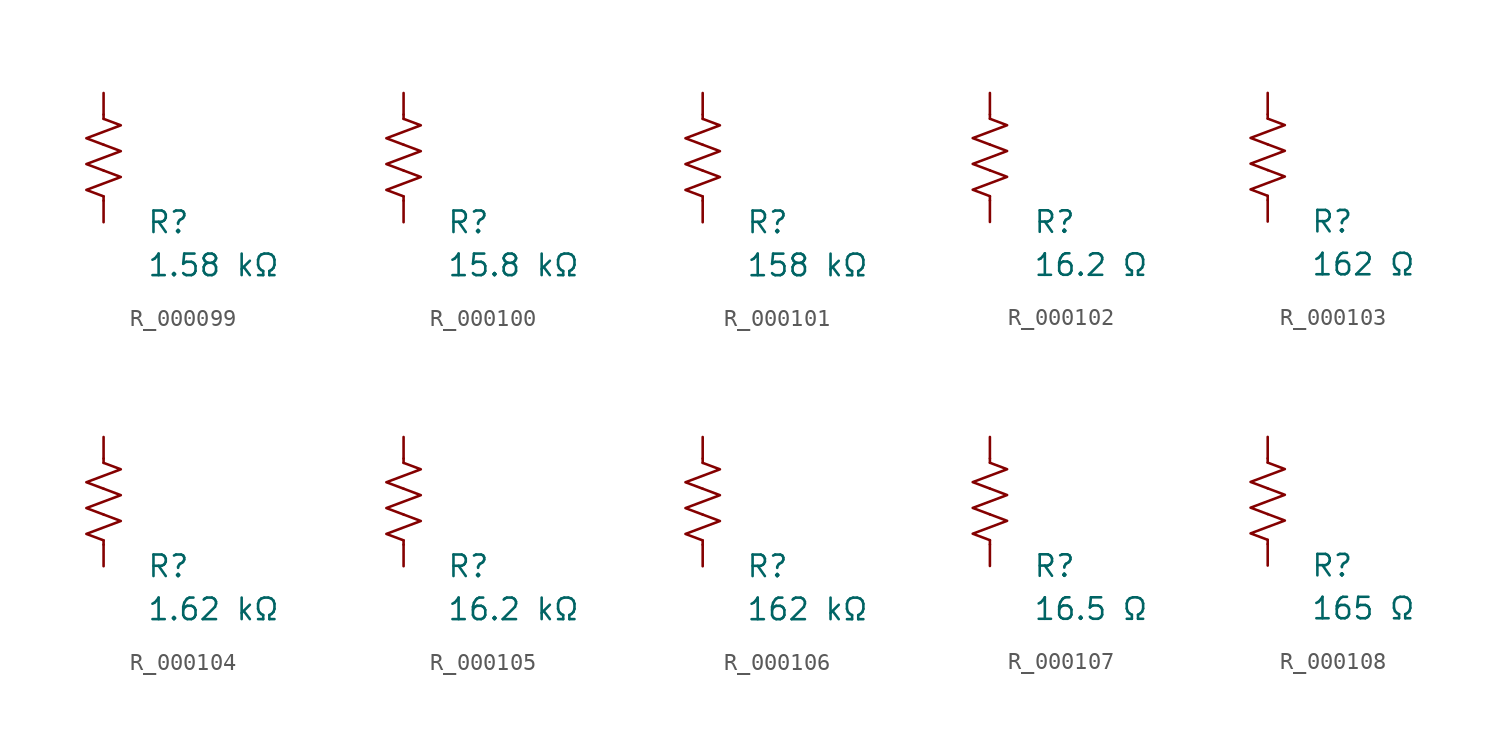
<source format=kicad_sym>
(kicad_symbol_lib
  (version 20231120)
  (generator "kicad_symbol_editor")
  (generator_version "8.0")
  (symbol "R_000099"
    (pin_numbers hide)
    (pin_names
      (offset 0))
    (property "Reference" "R"
      (at 2.54 -3.81 0)
      (effects (font (size 1.27 1.27)) (justify left))
      (show_name no))
    (property "Value" "1.58 kΩ"
      (at 2.54 -6.35 0)
      (effects (font (size 1.27 1.27)) (justify left))
      (show_name no))
    (symbol "R_000099_0_1"
      (polyline (pts (xy 0 -2.286) (xy 0 -2.54)) (stroke (width 0) (type default)) (fill (type none)))
      (polyline (pts (xy 0 2.286) (xy 0 2.54)) (stroke (width 0) (type default)) (fill (type none)))
      (polyline (pts (xy 0 -0.762) (xy 1.016 -1.143) (xy 0 -1.524) (xy -1.016 -1.905) (xy 0 -2.286)) (stroke (width 0) (type default)) (fill (type none)))
      (polyline (pts (xy 0 0.762) (xy 1.016 0.381) (xy 0 0) (xy -1.016 -0.381) (xy 0 -0.762)) (stroke (width 0) (type default)) (fill (type none)))
      (polyline (pts (xy 0 2.286) (xy 1.016 1.905) (xy 0 1.524) (xy -1.016 1.143) (xy 0 0.762)) (stroke (width 0) (type default)) (fill (type none))))
    (symbol "R_000099_1_1"
      (pin passive line (at 0 3.81 270) (length 1.27) (name "~" (effects (font (size 1.27 1.27)))) (number "1" (effects (font (size 1.27 1.27)))))
      (pin passive line (at 0 -3.81 90) (length 1.27) (name "~" (effects (font (size 1.27 1.27)))) (number "2" (effects (font (size 1.27 1.27)))))))
  (symbol "R_000100"
    (pin_numbers hide)
    (pin_names
      (offset 0))
    (property "Reference" "R"
      (at 2.54 -3.81 0)
      (effects (font (size 1.27 1.27)) (justify left))
      (show_name no))
    (property "Value" "15.8 kΩ"
      (at 2.54 -6.35 0)
      (effects (font (size 1.27 1.27)) (justify left))
      (show_name no))
    (symbol "R_000100_0_1"
      (polyline (pts (xy 0 -2.286) (xy 0 -2.54)) (stroke (width 0) (type default)) (fill (type none)))
      (polyline (pts (xy 0 2.286) (xy 0 2.54)) (stroke (width 0) (type default)) (fill (type none)))
      (polyline (pts (xy 0 -0.762) (xy 1.016 -1.143) (xy 0 -1.524) (xy -1.016 -1.905) (xy 0 -2.286)) (stroke (width 0) (type default)) (fill (type none)))
      (polyline (pts (xy 0 0.762) (xy 1.016 0.381) (xy 0 0) (xy -1.016 -0.381) (xy 0 -0.762)) (stroke (width 0) (type default)) (fill (type none)))
      (polyline (pts (xy 0 2.286) (xy 1.016 1.905) (xy 0 1.524) (xy -1.016 1.143) (xy 0 0.762)) (stroke (width 0) (type default)) (fill (type none))))
    (symbol "R_000100_1_1"
      (pin passive line (at 0 3.81 270) (length 1.27) (name "~" (effects (font (size 1.27 1.27)))) (number "1" (effects (font (size 1.27 1.27)))))
      (pin passive line (at 0 -3.81 90) (length 1.27) (name "~" (effects (font (size 1.27 1.27)))) (number "2" (effects (font (size 1.27 1.27)))))))
  (symbol "R_000101"
    (pin_numbers hide)
    (pin_names
      (offset 0))
    (property "Reference" "R"
      (at 2.54 -3.81 0)
      (effects (font (size 1.27 1.27)) (justify left))
      (show_name no))
    (property "Value" "158 kΩ"
      (at 2.54 -6.35 0)
      (effects (font (size 1.27 1.27)) (justify left))
      (show_name no))
    (symbol "R_000101_0_1"
      (polyline (pts (xy 0 -2.286) (xy 0 -2.54)) (stroke (width 0) (type default)) (fill (type none)))
      (polyline (pts (xy 0 2.286) (xy 0 2.54)) (stroke (width 0) (type default)) (fill (type none)))
      (polyline (pts (xy 0 -0.762) (xy 1.016 -1.143) (xy 0 -1.524) (xy -1.016 -1.905) (xy 0 -2.286)) (stroke (width 0) (type default)) (fill (type none)))
      (polyline (pts (xy 0 0.762) (xy 1.016 0.381) (xy 0 0) (xy -1.016 -0.381) (xy 0 -0.762)) (stroke (width 0) (type default)) (fill (type none)))
      (polyline (pts (xy 0 2.286) (xy 1.016 1.905) (xy 0 1.524) (xy -1.016 1.143) (xy 0 0.762)) (stroke (width 0) (type default)) (fill (type none))))
    (symbol "R_000101_1_1"
      (pin passive line (at 0 3.81 270) (length 1.27) (name "~" (effects (font (size 1.27 1.27)))) (number "1" (effects (font (size 1.27 1.27)))))
      (pin passive line (at 0 -3.81 90) (length 1.27) (name "~" (effects (font (size 1.27 1.27)))) (number "2" (effects (font (size 1.27 1.27)))))))
  (symbol "R_000102"
    (pin_numbers hide)
    (pin_names
      (offset 0))
    (property "Reference" "R"
      (at 2.54 -3.81 0)
      (effects (font (size 1.27 1.27)) (justify left))
      (show_name no))
    (property "Value" "16.2 Ω"
      (at 2.54 -6.35 0)
      (effects (font (size 1.27 1.27)) (justify left))
      (show_name no))
    (symbol "R_000102_0_1"
      (polyline (pts (xy 0 -2.286) (xy 0 -2.54)) (stroke (width 0) (type default)) (fill (type none)))
      (polyline (pts (xy 0 2.286) (xy 0 2.54)) (stroke (width 0) (type default)) (fill (type none)))
      (polyline (pts (xy 0 -0.762) (xy 1.016 -1.143) (xy 0 -1.524) (xy -1.016 -1.905) (xy 0 -2.286)) (stroke (width 0) (type default)) (fill (type none)))
      (polyline (pts (xy 0 0.762) (xy 1.016 0.381) (xy 0 0) (xy -1.016 -0.381) (xy 0 -0.762)) (stroke (width 0) (type default)) (fill (type none)))
      (polyline (pts (xy 0 2.286) (xy 1.016 1.905) (xy 0 1.524) (xy -1.016 1.143) (xy 0 0.762)) (stroke (width 0) (type default)) (fill (type none))))
    (symbol "R_000102_1_1"
      (pin passive line (at 0 3.81 270) (length 1.27) (name "~" (effects (font (size 1.27 1.27)))) (number "1" (effects (font (size 1.27 1.27)))))
      (pin passive line (at 0 -3.81 90) (length 1.27) (name "~" (effects (font (size 1.27 1.27)))) (number "2" (effects (font (size 1.27 1.27)))))))
  (symbol "R_000103"
    (pin_numbers hide)
    (pin_names
      (offset 0))
    (property "Reference" "R"
      (at 2.54 -3.81 0)
      (effects (font (size 1.27 1.27)) (justify left))
      (show_name no))
    (property "Value" "162 Ω"
      (at 2.54 -6.35 0)
      (effects (font (size 1.27 1.27)) (justify left))
      (show_name no))
    (symbol "R_000103_0_1"
      (polyline (pts (xy 0 -2.286) (xy 0 -2.54)) (stroke (width 0) (type default)) (fill (type none)))
      (polyline (pts (xy 0 2.286) (xy 0 2.54)) (stroke (width 0) (type default)) (fill (type none)))
      (polyline (pts (xy 0 -0.762) (xy 1.016 -1.143) (xy 0 -1.524) (xy -1.016 -1.905) (xy 0 -2.286)) (stroke (width 0) (type default)) (fill (type none)))
      (polyline (pts (xy 0 0.762) (xy 1.016 0.381) (xy 0 0) (xy -1.016 -0.381) (xy 0 -0.762)) (stroke (width 0) (type default)) (fill (type none)))
      (polyline (pts (xy 0 2.286) (xy 1.016 1.905) (xy 0 1.524) (xy -1.016 1.143) (xy 0 0.762)) (stroke (width 0) (type default)) (fill (type none))))
    (symbol "R_000103_1_1"
      (pin passive line (at 0 3.81 270) (length 1.27) (name "~" (effects (font (size 1.27 1.27)))) (number "1" (effects (font (size 1.27 1.27)))))
      (pin passive line (at 0 -3.81 90) (length 1.27) (name "~" (effects (font (size 1.27 1.27)))) (number "2" (effects (font (size 1.27 1.27)))))))
  (symbol "R_000104"
    (pin_numbers hide)
    (pin_names
      (offset 0))
    (property "Reference" "R"
      (at 2.54 -3.81 0)
      (effects (font (size 1.27 1.27)) (justify left))
      (show_name no))
    (property "Value" "1.62 kΩ"
      (at 2.54 -6.35 0)
      (effects (font (size 1.27 1.27)) (justify left))
      (show_name no))
    (symbol "R_000104_0_1"
      (polyline (pts (xy 0 -2.286) (xy 0 -2.54)) (stroke (width 0) (type default)) (fill (type none)))
      (polyline (pts (xy 0 2.286) (xy 0 2.54)) (stroke (width 0) (type default)) (fill (type none)))
      (polyline (pts (xy 0 -0.762) (xy 1.016 -1.143) (xy 0 -1.524) (xy -1.016 -1.905) (xy 0 -2.286)) (stroke (width 0) (type default)) (fill (type none)))
      (polyline (pts (xy 0 0.762) (xy 1.016 0.381) (xy 0 0) (xy -1.016 -0.381) (xy 0 -0.762)) (stroke (width 0) (type default)) (fill (type none)))
      (polyline (pts (xy 0 2.286) (xy 1.016 1.905) (xy 0 1.524) (xy -1.016 1.143) (xy 0 0.762)) (stroke (width 0) (type default)) (fill (type none))))
    (symbol "R_000104_1_1"
      (pin passive line (at 0 3.81 270) (length 1.27) (name "~" (effects (font (size 1.27 1.27)))) (number "1" (effects (font (size 1.27 1.27)))))
      (pin passive line (at 0 -3.81 90) (length 1.27) (name "~" (effects (font (size 1.27 1.27)))) (number "2" (effects (font (size 1.27 1.27)))))))
  (symbol "R_000105"
    (pin_numbers hide)
    (pin_names
      (offset 0))
    (property "Reference" "R"
      (at 2.54 -3.81 0)
      (effects (font (size 1.27 1.27)) (justify left))
      (show_name no))
    (property "Value" "16.2 kΩ"
      (at 2.54 -6.35 0)
      (effects (font (size 1.27 1.27)) (justify left))
      (show_name no))
    (symbol "R_000105_0_1"
      (polyline (pts (xy 0 -2.286) (xy 0 -2.54)) (stroke (width 0) (type default)) (fill (type none)))
      (polyline (pts (xy 0 2.286) (xy 0 2.54)) (stroke (width 0) (type default)) (fill (type none)))
      (polyline (pts (xy 0 -0.762) (xy 1.016 -1.143) (xy 0 -1.524) (xy -1.016 -1.905) (xy 0 -2.286)) (stroke (width 0) (type default)) (fill (type none)))
      (polyline (pts (xy 0 0.762) (xy 1.016 0.381) (xy 0 0) (xy -1.016 -0.381) (xy 0 -0.762)) (stroke (width 0) (type default)) (fill (type none)))
      (polyline (pts (xy 0 2.286) (xy 1.016 1.905) (xy 0 1.524) (xy -1.016 1.143) (xy 0 0.762)) (stroke (width 0) (type default)) (fill (type none))))
    (symbol "R_000105_1_1"
      (pin passive line (at 0 3.81 270) (length 1.27) (name "~" (effects (font (size 1.27 1.27)))) (number "1" (effects (font (size 1.27 1.27)))))
      (pin passive line (at 0 -3.81 90) (length 1.27) (name "~" (effects (font (size 1.27 1.27)))) (number "2" (effects (font (size 1.27 1.27)))))))
  (symbol "R_000106"
    (pin_numbers hide)
    (pin_names
      (offset 0))
    (property "Reference" "R"
      (at 2.54 -3.81 0)
      (effects (font (size 1.27 1.27)) (justify left))
      (show_name no))
    (property "Value" "162 kΩ"
      (at 2.54 -6.35 0)
      (effects (font (size 1.27 1.27)) (justify left))
      (show_name no))
    (symbol "R_000106_0_1"
      (polyline (pts (xy 0 -2.286) (xy 0 -2.54)) (stroke (width 0) (type default)) (fill (type none)))
      (polyline (pts (xy 0 2.286) (xy 0 2.54)) (stroke (width 0) (type default)) (fill (type none)))
      (polyline (pts (xy 0 -0.762) (xy 1.016 -1.143) (xy 0 -1.524) (xy -1.016 -1.905) (xy 0 -2.286)) (stroke (width 0) (type default)) (fill (type none)))
      (polyline (pts (xy 0 0.762) (xy 1.016 0.381) (xy 0 0) (xy -1.016 -0.381) (xy 0 -0.762)) (stroke (width 0) (type default)) (fill (type none)))
      (polyline (pts (xy 0 2.286) (xy 1.016 1.905) (xy 0 1.524) (xy -1.016 1.143) (xy 0 0.762)) (stroke (width 0) (type default)) (fill (type none))))
    (symbol "R_000106_1_1"
      (pin passive line (at 0 3.81 270) (length 1.27) (name "~" (effects (font (size 1.27 1.27)))) (number "1" (effects (font (size 1.27 1.27)))))
      (pin passive line (at 0 -3.81 90) (length 1.27) (name "~" (effects (font (size 1.27 1.27)))) (number "2" (effects (font (size 1.27 1.27)))))))
  (symbol "R_000107"
    (pin_numbers hide)
    (pin_names
      (offset 0))
    (property "Reference" "R"
      (at 2.54 -3.81 0)
      (effects (font (size 1.27 1.27)) (justify left))
      (show_name no))
    (property "Value" "16.5 Ω"
      (at 2.54 -6.35 0)
      (effects (font (size 1.27 1.27)) (justify left))
      (show_name no))
    (symbol "R_000107_0_1"
      (polyline (pts (xy 0 -2.286) (xy 0 -2.54)) (stroke (width 0) (type default)) (fill (type none)))
      (polyline (pts (xy 0 2.286) (xy 0 2.54)) (stroke (width 0) (type default)) (fill (type none)))
      (polyline (pts (xy 0 -0.762) (xy 1.016 -1.143) (xy 0 -1.524) (xy -1.016 -1.905) (xy 0 -2.286)) (stroke (width 0) (type default)) (fill (type none)))
      (polyline (pts (xy 0 0.762) (xy 1.016 0.381) (xy 0 0) (xy -1.016 -0.381) (xy 0 -0.762)) (stroke (width 0) (type default)) (fill (type none)))
      (polyline (pts (xy 0 2.286) (xy 1.016 1.905) (xy 0 1.524) (xy -1.016 1.143) (xy 0 0.762)) (stroke (width 0) (type default)) (fill (type none))))
    (symbol "R_000107_1_1"
      (pin passive line (at 0 3.81 270) (length 1.27) (name "~" (effects (font (size 1.27 1.27)))) (number "1" (effects (font (size 1.27 1.27)))))
      (pin passive line (at 0 -3.81 90) (length 1.27) (name "~" (effects (font (size 1.27 1.27)))) (number "2" (effects (font (size 1.27 1.27)))))))
  (symbol "R_000108"
    (pin_numbers hide)
    (pin_names
      (offset 0))
    (property "Reference" "R"
      (at 2.54 -3.81 0)
      (effects (font (size 1.27 1.27)) (justify left))
      (show_name no))
    (property "Value" "165 Ω"
      (at 2.54 -6.35 0)
      (effects (font (size 1.27 1.27)) (justify left))
      (show_name no))
    (symbol "R_000108_0_1"
      (polyline (pts (xy 0 -2.286) (xy 0 -2.54)) (stroke (width 0) (type default)) (fill (type none)))
      (polyline (pts (xy 0 2.286) (xy 0 2.54)) (stroke (width 0) (type default)) (fill (type none)))
      (polyline (pts (xy 0 -0.762) (xy 1.016 -1.143) (xy 0 -1.524) (xy -1.016 -1.905) (xy 0 -2.286)) (stroke (width 0) (type default)) (fill (type none)))
      (polyline (pts (xy 0 0.762) (xy 1.016 0.381) (xy 0 0) (xy -1.016 -0.381) (xy 0 -0.762)) (stroke (width 0) (type default)) (fill (type none)))
      (polyline (pts (xy 0 2.286) (xy 1.016 1.905) (xy 0 1.524) (xy -1.016 1.143) (xy 0 0.762)) (stroke (width 0) (type default)) (fill (type none))))
    (symbol "R_000108_1_1"
      (pin passive line (at 0 3.81 270) (length 1.27) (name "~" (effects (font (size 1.27 1.27)))) (number "1" (effects (font (size 1.27 1.27)))))
      (pin passive line (at 0 -3.81 90) (length 1.27) (name "~" (effects (font (size 1.27 1.27)))) (number "2" (effects (font (size 1.27 1.27))))))))
</source>
